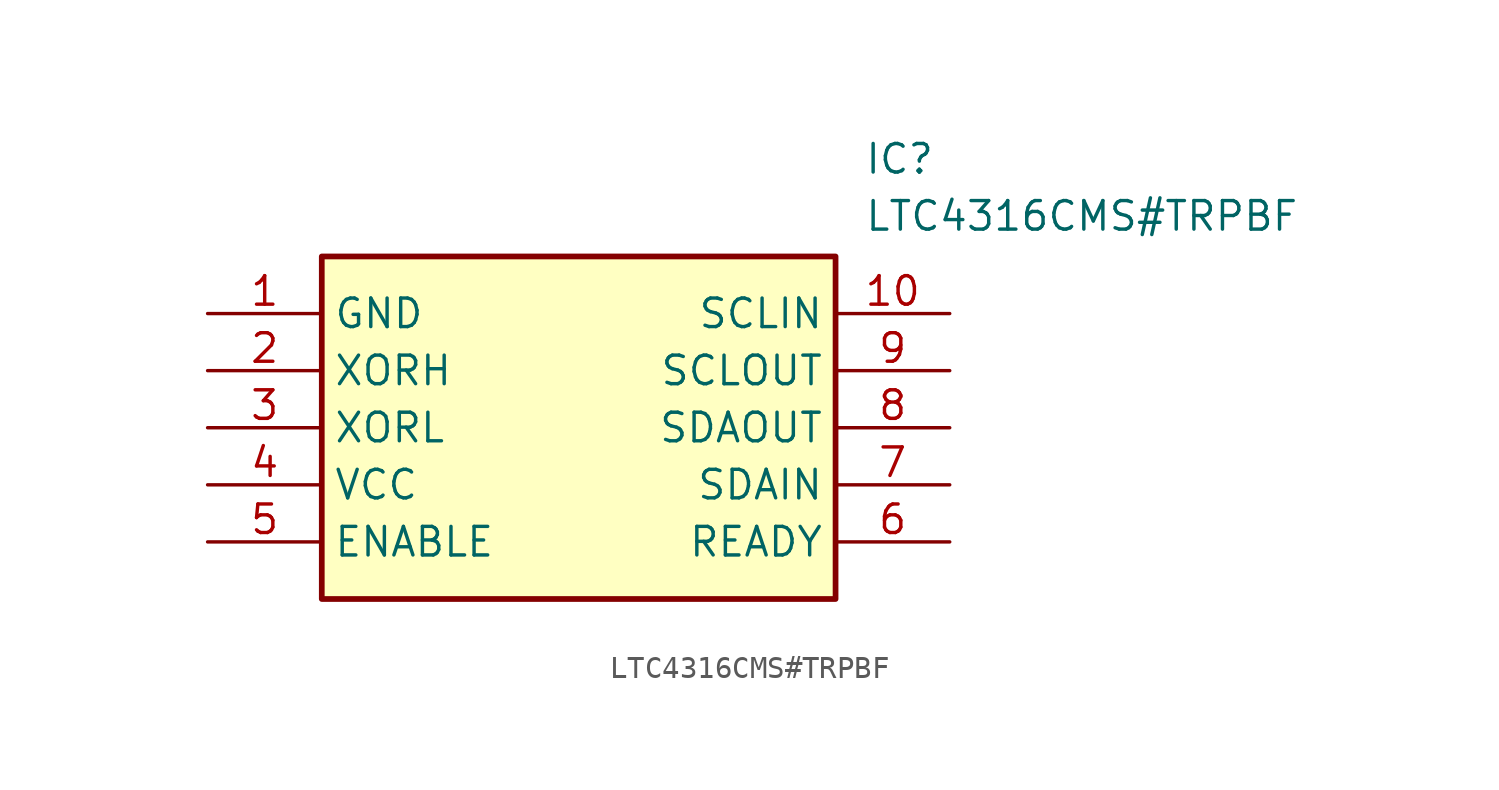
<source format=kicad_sym>
(kicad_symbol_lib
  (version 20211014)
  (generator SamacSys_ECAD_Model)
  (symbol "LTC4316CMS#TRPBF"
    (property "Reference" "IC"
      (at 29.21 7.62 0)
      (effects (font (size 1.27 1.27)) (justify left top)))
    (property "Value" "LTC4316CMS#TRPBF"
      (at 29.21 5.08 0)
      (effects (font (size 1.27 1.27)) (justify left top)))
    (rectangle
      (start 5.08 2.54)
      (end 27.94 -12.7)
      (stroke (width 0.254) (type default))
      (fill (type background)))
    (pin passive line
      (at 0 0 0)
      (length 5.08)
      (name "GND" (effects (font (size 1.27 1.27))))
      (number "1" (effects (font (size 1.27 1.27)))))
    (pin passive line
      (at 0 -2.54 0)
      (length 5.08)
      (name "XORH" (effects (font (size 1.27 1.27))))
      (number "2" (effects (font (size 1.27 1.27)))))
    (pin passive line
      (at 0 -5.08 0)
      (length 5.08)
      (name "XORL" (effects (font (size 1.27 1.27))))
      (number "3" (effects (font (size 1.27 1.27)))))
    (pin passive line
      (at 0 -7.62 0)
      (length 5.08)
      (name "VCC" (effects (font (size 1.27 1.27))))
      (number "4" (effects (font (size 1.27 1.27)))))
    (pin passive line
      (at 0 -10.16 0)
      (length 5.08)
      (name "ENABLE" (effects (font (size 1.27 1.27))))
      (number "5" (effects (font (size 1.27 1.27)))))
    (pin passive line
      (at 33.02 0 180)
      (length 5.08)
      (name "SCLIN" (effects (font (size 1.27 1.27))))
      (number "10" (effects (font (size 1.27 1.27)))))
    (pin passive line
      (at 33.02 -2.54 180)
      (length 5.08)
      (name "SCLOUT" (effects (font (size 1.27 1.27))))
      (number "9" (effects (font (size 1.27 1.27)))))
    (pin passive line
      (at 33.02 -5.08 180)
      (length 5.08)
      (name "SDAOUT" (effects (font (size 1.27 1.27))))
      (number "8" (effects (font (size 1.27 1.27)))))
    (pin passive line
      (at 33.02 -7.62 180)
      (length 5.08)
      (name "SDAIN" (effects (font (size 1.27 1.27))))
      (number "7" (effects (font (size 1.27 1.27)))))
    (pin passive line
      (at 33.02 -10.16 180)
      (length 5.08)
      (name "READY" (effects (font (size 1.27 1.27))))
      (number "6" (effects (font (size 1.27 1.27)))))))
</source>
